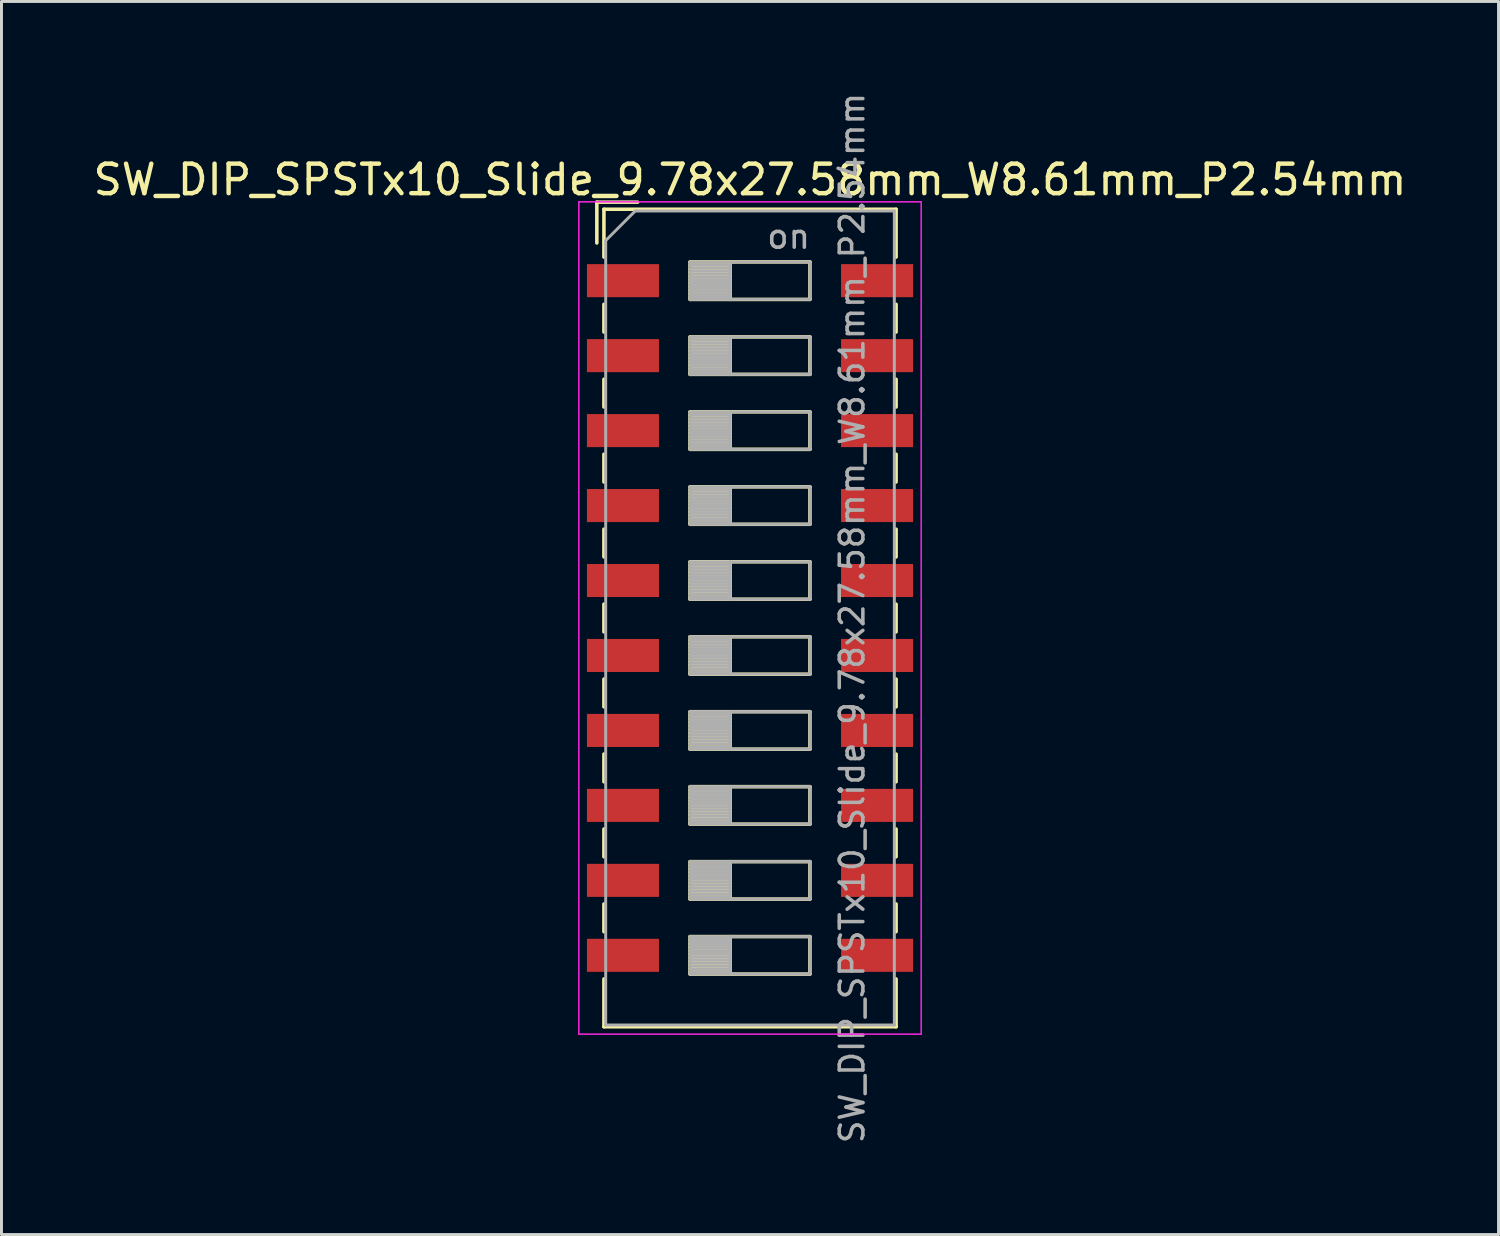
<source format=kicad_pcb>
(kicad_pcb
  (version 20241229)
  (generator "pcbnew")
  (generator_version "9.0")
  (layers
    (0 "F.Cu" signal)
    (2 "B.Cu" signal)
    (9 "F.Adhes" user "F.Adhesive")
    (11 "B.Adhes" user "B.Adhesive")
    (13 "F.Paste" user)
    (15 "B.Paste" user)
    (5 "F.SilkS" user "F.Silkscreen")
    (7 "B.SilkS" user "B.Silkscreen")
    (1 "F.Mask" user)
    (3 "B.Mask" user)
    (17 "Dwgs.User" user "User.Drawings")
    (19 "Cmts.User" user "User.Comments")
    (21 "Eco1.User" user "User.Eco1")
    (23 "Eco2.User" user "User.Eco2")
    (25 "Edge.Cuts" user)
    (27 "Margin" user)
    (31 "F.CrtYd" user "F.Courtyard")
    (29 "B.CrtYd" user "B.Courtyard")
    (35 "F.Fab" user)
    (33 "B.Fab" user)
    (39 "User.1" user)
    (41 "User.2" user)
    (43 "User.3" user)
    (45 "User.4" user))
  (footprint "SW_DIP_SPSTx10_Slide_9.78x27.58mm_W8.61mm_P2.54mm"
    (layer "F.Cu")
    (at 22.363 17.89)
    (property "Reference" "SW_DIP_SPSTx10_Slide_9.78x27.58mm_W8.61mm_P2.54mm" (at 0 -14.85 0) (layer "F.SilkS") (effects (font (size 1 1) (thickness 0.15))))
    (attr smd)
    (fp_line (start -5.19 -14.09) (end -5.19 -12.707) (stroke (width 0.12) (type solid)) (layer "F.SilkS"))
    (fp_line (start -5.19 -14.09) (end -3.806 -14.09) (stroke (width 0.12) (type solid)) (layer "F.SilkS"))
    (fp_line (start -4.95 -13.85) (end -4.95 -12.23) (stroke (width 0.12) (type solid)) (layer "F.SilkS"))
    (fp_line (start -4.95 -13.85) (end 4.95 -13.85) (stroke (width 0.12) (type solid)) (layer "F.SilkS"))
    (fp_line (start -4.95 -10.63) (end -4.95 -9.69) (stroke (width 0.12) (type solid)) (layer "F.SilkS"))
    (fp_line (start -4.95 -8.09) (end -4.95 -7.15) (stroke (width 0.12) (type solid)) (layer "F.SilkS"))
    (fp_line (start -4.95 -5.55) (end -4.95 -4.61) (stroke (width 0.12) (type solid)) (layer "F.SilkS"))
    (fp_line (start -4.95 -3.01) (end -4.95 -2.07) (stroke (width 0.12) (type solid)) (layer "F.SilkS"))
    (fp_line (start -4.95 -0.47) (end -4.95 0.47) (stroke (width 0.12) (type solid)) (layer "F.SilkS"))
    (fp_line (start -4.95 2.07) (end -4.95 3.01) (stroke (width 0.12) (type solid)) (layer "F.SilkS"))
    (fp_line (start -4.95 4.61) (end -4.95 5.55) (stroke (width 0.12) (type solid)) (layer "F.SilkS"))
    (fp_line (start -4.95 7.15) (end -4.95 8.09) (stroke (width 0.12) (type solid)) (layer "F.SilkS"))
    (fp_line (start -4.95 9.69) (end -4.95 10.63) (stroke (width 0.12) (type solid)) (layer "F.SilkS"))
    (fp_line (start -4.95 12.23) (end -4.95 13.85) (stroke (width 0.12) (type solid)) (layer "F.SilkS"))
    (fp_line (start -4.95 13.85) (end 4.95 13.85) (stroke (width 0.12) (type solid)) (layer "F.SilkS"))
    (fp_line (start -2.03 -12.065) (end -2.03 -10.795) (stroke (width 0.12) (type solid)) (layer "F.SilkS"))
    (fp_line (start -2.03 -11.945) (end -0.677 -11.945) (stroke (width 0.12) (type solid)) (layer "F.SilkS"))
    (fp_line (start -2.03 -11.825) (end -0.677 -11.825) (stroke (width 0.12) (type solid)) (layer "F.SilkS"))
    (fp_line (start -2.03 -11.705) (end -0.677 -11.705) (stroke (width 0.12) (type solid)) (layer "F.SilkS"))
    (fp_line (start -2.03 -11.585) (end -0.677 -11.585) (stroke (width 0.12) (type solid)) (layer "F.SilkS"))
    (fp_line (start -2.03 -11.465) (end -0.677 -11.465) (stroke (width 0.12) (type solid)) (layer "F.SilkS"))
    (fp_line (start -2.03 -11.345) (end -0.677 -11.345) (stroke (width 0.12) (type solid)) (layer "F.SilkS"))
    (fp_line (start -2.03 -11.225) (end -0.677 -11.225) (stroke (width 0.12) (type solid)) (layer "F.SilkS"))
    (fp_line (start -2.03 -11.105) (end -0.677 -11.105) (stroke (width 0.12) (type solid)) (layer "F.SilkS"))
    (fp_line (start -2.03 -10.985) (end -0.677 -10.985) (stroke (width 0.12) (type solid)) (layer "F.SilkS"))
    (fp_line (start -2.03 -10.865) (end -0.677 -10.865) (stroke (width 0.12) (type solid)) (layer "F.SilkS"))
    (fp_line (start -2.03 -10.795) (end 2.03 -10.795) (stroke (width 0.12) (type solid)) (layer "F.SilkS"))
    (fp_line (start -2.03 -9.525) (end -2.03 -8.255) (stroke (width 0.12) (type solid)) (layer "F.SilkS"))
    (fp_line (start -2.03 -9.405) (end -0.677 -9.405) (stroke (width 0.12) (type solid)) (layer "F.SilkS"))
    (fp_line (start -2.03 -9.285) (end -0.677 -9.285) (stroke (width 0.12) (type solid)) (layer "F.SilkS"))
    (fp_line (start -2.03 -9.165) (end -0.677 -9.165) (stroke (width 0.12) (type solid)) (layer "F.SilkS"))
    (fp_line (start -2.03 -9.045) (end -0.677 -9.045) (stroke (width 0.12) (type solid)) (layer "F.SilkS"))
    (fp_line (start -2.03 -8.925) (end -0.677 -8.925) (stroke (width 0.12) (type solid)) (layer "F.SilkS"))
    (fp_line (start -2.03 -8.805) (end -0.677 -8.805) (stroke (width 0.12) (type solid)) (layer "F.SilkS"))
    (fp_line (start -2.03 -8.685) (end -0.677 -8.685) (stroke (width 0.12) (type solid)) (layer "F.SilkS"))
    (fp_line (start -2.03 -8.565) (end -0.677 -8.565) (stroke (width 0.12) (type solid)) (layer "F.SilkS"))
    (fp_line (start -2.03 -8.445) (end -0.677 -8.445) (stroke (width 0.12) (type solid)) (layer "F.SilkS"))
    (fp_line (start -2.03 -8.325) (end -0.677 -8.325) (stroke (width 0.12) (type solid)) (layer "F.SilkS"))
    (fp_line (start -2.03 -8.255) (end 2.03 -8.255) (stroke (width 0.12) (type solid)) (layer "F.SilkS"))
    (fp_line (start -2.03 -6.985) (end -2.03 -5.715) (stroke (width 0.12) (type solid)) (layer "F.SilkS"))
    (fp_line (start -2.03 -6.865) (end -0.677 -6.865) (stroke (width 0.12) (type solid)) (layer "F.SilkS"))
    (fp_line (start -2.03 -6.745) (end -0.677 -6.745) (stroke (width 0.12) (type solid)) (layer "F.SilkS"))
    (fp_line (start -2.03 -6.625) (end -0.677 -6.625) (stroke (width 0.12) (type solid)) (layer "F.SilkS"))
    (fp_line (start -2.03 -6.505) (end -0.677 -6.505) (stroke (width 0.12) (type solid)) (layer "F.SilkS"))
    (fp_line (start -2.03 -6.385) (end -0.677 -6.385) (stroke (width 0.12) (type solid)) (layer "F.SilkS"))
    (fp_line (start -2.03 -6.265) (end -0.677 -6.265) (stroke (width 0.12) (type solid)) (layer "F.SilkS"))
    (fp_line (start -2.03 -6.145) (end -0.677 -6.145) (stroke (width 0.12) (type solid)) (layer "F.SilkS"))
    (fp_line (start -2.03 -6.025) (end -0.677 -6.025) (stroke (width 0.12) (type solid)) (layer "F.SilkS"))
    (fp_line (start -2.03 -5.905) (end -0.677 -5.905) (stroke (width 0.12) (type solid)) (layer "F.SilkS"))
    (fp_line (start -2.03 -5.785) (end -0.677 -5.785) (stroke (width 0.12) (type solid)) (layer "F.SilkS"))
    (fp_line (start -2.03 -5.715) (end 2.03 -5.715) (stroke (width 0.12) (type solid)) (layer "F.SilkS"))
    (fp_line (start -2.03 -4.445) (end -2.03 -3.175) (stroke (width 0.12) (type solid)) (layer "F.SilkS"))
    (fp_line (start -2.03 -4.325) (end -0.677 -4.325) (stroke (width 0.12) (type solid)) (layer "F.SilkS"))
    (fp_line (start -2.03 -4.205) (end -0.677 -4.205) (stroke (width 0.12) (type solid)) (layer "F.SilkS"))
    (fp_line (start -2.03 -4.085) (end -0.677 -4.085) (stroke (width 0.12) (type solid)) (layer "F.SilkS"))
    (fp_line (start -2.03 -3.965) (end -0.677 -3.965) (stroke (width 0.12) (type solid)) (layer "F.SilkS"))
    (fp_line (start -2.03 -3.845) (end -0.677 -3.845) (stroke (width 0.12) (type solid)) (layer "F.SilkS"))
    (fp_line (start -2.03 -3.725) (end -0.677 -3.725) (stroke (width 0.12) (type solid)) (layer "F.SilkS"))
    (fp_line (start -2.03 -3.605) (end -0.677 -3.605) (stroke (width 0.12) (type solid)) (layer "F.SilkS"))
    (fp_line (start -2.03 -3.485) (end -0.677 -3.485) (stroke (width 0.12) (type solid)) (layer "F.SilkS"))
    (fp_line (start -2.03 -3.365) (end -0.677 -3.365) (stroke (width 0.12) (type solid)) (layer "F.SilkS"))
    (fp_line (start -2.03 -3.245) (end -0.677 -3.245) (stroke (width 0.12) (type solid)) (layer "F.SilkS"))
    (fp_line (start -2.03 -3.175) (end 2.03 -3.175) (stroke (width 0.12) (type solid)) (layer "F.SilkS"))
    (fp_line (start -2.03 -1.905) (end -2.03 -0.635) (stroke (width 0.12) (type solid)) (layer "F.SilkS"))
    (fp_line (start -2.03 -1.785) (end -0.677 -1.785) (stroke (width 0.12) (type solid)) (layer "F.SilkS"))
    (fp_line (start -2.03 -1.665) (end -0.677 -1.665) (stroke (width 0.12) (type solid)) (layer "F.SilkS"))
    (fp_line (start -2.03 -1.545) (end -0.677 -1.545) (stroke (width 0.12) (type solid)) (layer "F.SilkS"))
    (fp_line (start -2.03 -1.425) (end -0.677 -1.425) (stroke (width 0.12) (type solid)) (layer "F.SilkS"))
    (fp_line (start -2.03 -1.305) (end -0.677 -1.305) (stroke (width 0.12) (type solid)) (layer "F.SilkS"))
    (fp_line (start -2.03 -1.185) (end -0.677 -1.185) (stroke (width 0.12) (type solid)) (layer "F.SilkS"))
    (fp_line (start -2.03 -1.065) (end -0.677 -1.065) (stroke (width 0.12) (type solid)) (layer "F.SilkS"))
    (fp_line (start -2.03 -0.945) (end -0.677 -0.945) (stroke (width 0.12) (type solid)) (layer "F.SilkS"))
    (fp_line (start -2.03 -0.825) (end -0.677 -0.825) (stroke (width 0.12) (type solid)) (layer "F.SilkS"))
    (fp_line (start -2.03 -0.705) (end -0.677 -0.705) (stroke (width 0.12) (type solid)) (layer "F.SilkS"))
    (fp_line (start -2.03 -0.635) (end 2.03 -0.635) (stroke (width 0.12) (type solid)) (layer "F.SilkS"))
    (fp_line (start -2.03 0.635) (end -2.03 1.905) (stroke (width 0.12) (type solid)) (layer "F.SilkS"))
    (fp_line (start -2.03 0.755) (end -0.677 0.755) (stroke (width 0.12) (type solid)) (layer "F.SilkS"))
    (fp_line (start -2.03 0.875) (end -0.677 0.875) (stroke (width 0.12) (type solid)) (layer "F.SilkS"))
    (fp_line (start -2.03 0.995) (end -0.677 0.995) (stroke (width 0.12) (type solid)) (layer "F.SilkS"))
    (fp_line (start -2.03 1.115) (end -0.677 1.115) (stroke (width 0.12) (type solid)) (layer "F.SilkS"))
    (fp_line (start -2.03 1.235) (end -0.677 1.235) (stroke (width 0.12) (type solid)) (layer "F.SilkS"))
    (fp_line (start -2.03 1.355) (end -0.677 1.355) (stroke (width 0.12) (type solid)) (layer "F.SilkS"))
    (fp_line (start -2.03 1.475) (end -0.677 1.475) (stroke (width 0.12) (type solid)) (layer "F.SilkS"))
    (fp_line (start -2.03 1.595) (end -0.677 1.595) (stroke (width 0.12) (type solid)) (layer "F.SilkS"))
    (fp_line (start -2.03 1.715) (end -0.677 1.715) (stroke (width 0.12) (type solid)) (layer "F.SilkS"))
    (fp_line (start -2.03 1.835) (end -0.677 1.835) (stroke (width 0.12) (type solid)) (layer "F.SilkS"))
    (fp_line (start -2.03 1.905) (end 2.03 1.905) (stroke (width 0.12) (type solid)) (layer "F.SilkS"))
    (fp_line (start -2.03 3.175) (end -2.03 4.445) (stroke (width 0.12) (type solid)) (layer "F.SilkS"))
    (fp_line (start -2.03 3.295) (end -0.677 3.295) (stroke (width 0.12) (type solid)) (layer "F.SilkS"))
    (fp_line (start -2.03 3.415) (end -0.677 3.415) (stroke (width 0.12) (type solid)) (layer "F.SilkS"))
    (fp_line (start -2.03 3.535) (end -0.677 3.535) (stroke (width 0.12) (type solid)) (layer "F.SilkS"))
    (fp_line (start -2.03 3.655) (end -0.677 3.655) (stroke (width 0.12) (type solid)) (layer "F.SilkS"))
    (fp_line (start -2.03 3.775) (end -0.677 3.775) (stroke (width 0.12) (type solid)) (layer "F.SilkS"))
    (fp_line (start -2.03 3.895) (end -0.677 3.895) (stroke (width 0.12) (type solid)) (layer "F.SilkS"))
    (fp_line (start -2.03 4.015) (end -0.677 4.015) (stroke (width 0.12) (type solid)) (layer "F.SilkS"))
    (fp_line (start -2.03 4.135) (end -0.677 4.135) (stroke (width 0.12) (type solid)) (layer "F.SilkS"))
    (fp_line (start -2.03 4.255) (end -0.677 4.255) (stroke (width 0.12) (type solid)) (layer "F.SilkS"))
    (fp_line (start -2.03 4.375) (end -0.677 4.375) (stroke (width 0.12) (type solid)) (layer "F.SilkS"))
    (fp_line (start -2.03 4.445) (end 2.03 4.445) (stroke (width 0.12) (type solid)) (layer "F.SilkS"))
    (fp_line (start -2.03 5.715) (end -2.03 6.985) (stroke (width 0.12) (type solid)) (layer "F.SilkS"))
    (fp_line (start -2.03 5.835) (end -0.677 5.835) (stroke (width 0.12) (type solid)) (layer "F.SilkS"))
    (fp_line (start -2.03 5.955) (end -0.677 5.955) (stroke (width 0.12) (type solid)) (layer "F.SilkS"))
    (fp_line (start -2.03 6.075) (end -0.677 6.075) (stroke (width 0.12) (type solid)) (layer "F.SilkS"))
    (fp_line (start -2.03 6.195) (end -0.677 6.195) (stroke (width 0.12) (type solid)) (layer "F.SilkS"))
    (fp_line (start -2.03 6.315) (end -0.677 6.315) (stroke (width 0.12) (type solid)) (layer "F.SilkS"))
    (fp_line (start -2.03 6.435) (end -0.677 6.435) (stroke (width 0.12) (type solid)) (layer "F.SilkS"))
    (fp_line (start -2.03 6.555) (end -0.677 6.555) (stroke (width 0.12) (type solid)) (layer "F.SilkS"))
    (fp_line (start -2.03 6.675) (end -0.677 6.675) (stroke (width 0.12) (type solid)) (layer "F.SilkS"))
    (fp_line (start -2.03 6.795) (end -0.677 6.795) (stroke (width 0.12) (type solid)) (layer "F.SilkS"))
    (fp_line (start -2.03 6.915) (end -0.677 6.915) (stroke (width 0.12) (type solid)) (layer "F.SilkS"))
    (fp_line (start -2.03 6.985) (end 2.03 6.985) (stroke (width 0.12) (type solid)) (layer "F.SilkS"))
    (fp_line (start -2.03 8.255) (end -2.03 9.525) (stroke (width 0.12) (type solid)) (layer "F.SilkS"))
    (fp_line (start -2.03 8.375) (end -0.677 8.375) (stroke (width 0.12) (type solid)) (layer "F.SilkS"))
    (fp_line (start -2.03 8.495) (end -0.677 8.495) (stroke (width 0.12) (type solid)) (layer "F.SilkS"))
    (fp_line (start -2.03 8.615) (end -0.677 8.615) (stroke (width 0.12) (type solid)) (layer "F.SilkS"))
    (fp_line (start -2.03 8.735) (end -0.677 8.735) (stroke (width 0.12) (type solid)) (layer "F.SilkS"))
    (fp_line (start -2.03 8.855) (end -0.677 8.855) (stroke (width 0.12) (type solid)) (layer "F.SilkS"))
    (fp_line (start -2.03 8.975) (end -0.677 8.975) (stroke (width 0.12) (type solid)) (layer "F.SilkS"))
    (fp_line (start -2.03 9.095) (end -0.677 9.095) (stroke (width 0.12) (type solid)) (layer "F.SilkS"))
    (fp_line (start -2.03 9.215) (end -0.677 9.215) (stroke (width 0.12) (type solid)) (layer "F.SilkS"))
    (fp_line (start -2.03 9.335) (end -0.677 9.335) (stroke (width 0.12) (type solid)) (layer "F.SilkS"))
    (fp_line (start -2.03 9.455) (end -0.677 9.455) (stroke (width 0.12) (type solid)) (layer "F.SilkS"))
    (fp_line (start -2.03 9.525) (end 2.03 9.525) (stroke (width 0.12) (type solid)) (layer "F.SilkS"))
    (fp_line (start -2.03 10.795) (end -2.03 12.065) (stroke (width 0.12) (type solid)) (layer "F.SilkS"))
    (fp_line (start -2.03 10.915) (end -0.677 10.915) (stroke (width 0.12) (type solid)) (layer "F.SilkS"))
    (fp_line (start -2.03 11.035) (end -0.677 11.035) (stroke (width 0.12) (type solid)) (layer "F.SilkS"))
    (fp_line (start -2.03 11.155) (end -0.677 11.155) (stroke (width 0.12) (type solid)) (layer "F.SilkS"))
    (fp_line (start -2.03 11.275) (end -0.677 11.275) (stroke (width 0.12) (type solid)) (layer "F.SilkS"))
    (fp_line (start -2.03 11.395) (end -0.677 11.395) (stroke (width 0.12) (type solid)) (layer "F.SilkS"))
    (fp_line (start -2.03 11.515) (end -0.677 11.515) (stroke (width 0.12) (type solid)) (layer "F.SilkS"))
    (fp_line (start -2.03 11.635) (end -0.677 11.635) (stroke (width 0.12) (type solid)) (layer "F.SilkS"))
    (fp_line (start -2.03 11.755) (end -0.677 11.755) (stroke (width 0.12) (type solid)) (layer "F.SilkS"))
    (fp_line (start -2.03 11.875) (end -0.677 11.875) (stroke (width 0.12) (type solid)) (layer "F.SilkS"))
    (fp_line (start -2.03 11.995) (end -0.677 11.995) (stroke (width 0.12) (type solid)) (layer "F.SilkS"))
    (fp_line (start -2.03 12.065) (end 2.03 12.065) (stroke (width 0.12) (type solid)) (layer "F.SilkS"))
    (fp_line (start -0.677 -12.065) (end -0.677 -10.795) (stroke (width 0.12) (type solid)) (layer "F.SilkS"))
    (fp_line (start -0.677 -9.525) (end -0.677 -8.255) (stroke (width 0.12) (type solid)) (layer "F.SilkS"))
    (fp_line (start -0.677 -6.985) (end -0.677 -5.715) (stroke (width 0.12) (type solid)) (layer "F.SilkS"))
    (fp_line (start -0.677 -4.445) (end -0.677 -3.175) (stroke (width 0.12) (type solid)) (layer "F.SilkS"))
    (fp_line (start -0.677 -1.905) (end -0.677 -0.635) (stroke (width 0.12) (type solid)) (layer "F.SilkS"))
    (fp_line (start -0.677 0.635) (end -0.677 1.905) (stroke (width 0.12) (type solid)) (layer "F.SilkS"))
    (fp_line (start -0.677 3.175) (end -0.677 4.445) (stroke (width 0.12) (type solid)) (layer "F.SilkS"))
    (fp_line (start -0.677 5.715) (end -0.677 6.985) (stroke (width 0.12) (type solid)) (layer "F.SilkS"))
    (fp_line (start -0.677 8.255) (end -0.677 9.525) (stroke (width 0.12) (type solid)) (layer "F.SilkS"))
    (fp_line (start -0.677 10.795) (end -0.677 12.065) (stroke (width 0.12) (type solid)) (layer "F.SilkS"))
    (fp_line (start 2.03 -12.065) (end -2.03 -12.065) (stroke (width 0.12) (type solid)) (layer "F.SilkS"))
    (fp_line (start 2.03 -10.795) (end 2.03 -12.065) (stroke (width 0.12) (type solid)) (layer "F.SilkS"))
    (fp_line (start 2.03 -9.525) (end -2.03 -9.525) (stroke (width 0.12) (type solid)) (layer "F.SilkS"))
    (fp_line (start 2.03 -8.255) (end 2.03 -9.525) (stroke (width 0.12) (type solid)) (layer "F.SilkS"))
    (fp_line (start 2.03 -6.985) (end -2.03 -6.985) (stroke (width 0.12) (type solid)) (layer "F.SilkS"))
    (fp_line (start 2.03 -5.715) (end 2.03 -6.985) (stroke (width 0.12) (type solid)) (layer "F.SilkS"))
    (fp_line (start 2.03 -4.445) (end -2.03 -4.445) (stroke (width 0.12) (type solid)) (layer "F.SilkS"))
    (fp_line (start 2.03 -3.175) (end 2.03 -4.445) (stroke (width 0.12) (type solid)) (layer "F.SilkS"))
    (fp_line (start 2.03 -1.905) (end -2.03 -1.905) (stroke (width 0.12) (type solid)) (layer "F.SilkS"))
    (fp_line (start 2.03 -0.635) (end 2.03 -1.905) (stroke (width 0.12) (type solid)) (layer "F.SilkS"))
    (fp_line (start 2.03 0.635) (end -2.03 0.635) (stroke (width 0.12) (type solid)) (layer "F.SilkS"))
    (fp_line (start 2.03 1.905) (end 2.03 0.635) (stroke (width 0.12) (type solid)) (layer "F.SilkS"))
    (fp_line (start 2.03 3.175) (end -2.03 3.175) (stroke (width 0.12) (type solid)) (layer "F.SilkS"))
    (fp_line (start 2.03 4.445) (end 2.03 3.175) (stroke (width 0.12) (type solid)) (layer "F.SilkS"))
    (fp_line (start 2.03 5.715) (end -2.03 5.715) (stroke (width 0.12) (type solid)) (layer "F.SilkS"))
    (fp_line (start 2.03 6.985) (end 2.03 5.715) (stroke (width 0.12) (type solid)) (layer "F.SilkS"))
    (fp_line (start 2.03 8.255) (end -2.03 8.255) (stroke (width 0.12) (type solid)) (layer "F.SilkS"))
    (fp_line (start 2.03 9.525) (end 2.03 8.255) (stroke (width 0.12) (type solid)) (layer "F.SilkS"))
    (fp_line (start 2.03 10.795) (end -2.03 10.795) (stroke (width 0.12) (type solid)) (layer "F.SilkS"))
    (fp_line (start 2.03 12.065) (end 2.03 10.795) (stroke (width 0.12) (type solid)) (layer "F.SilkS"))
    (fp_line (start 4.95 -13.85) (end 4.95 -12.23) (stroke (width 0.12) (type solid)) (layer "F.SilkS"))
    (fp_line (start 4.95 -10.629) (end 4.95 -9.689) (stroke (width 0.12) (type solid)) (layer "F.SilkS"))
    (fp_line (start 4.95 -8.089) (end 4.95 -7.149) (stroke (width 0.12) (type solid)) (layer "F.SilkS"))
    (fp_line (start 4.95 -5.549) (end 4.95 -4.609) (stroke (width 0.12) (type solid)) (layer "F.SilkS"))
    (fp_line (start 4.95 -3.009) (end 4.95 -2.069) (stroke (width 0.12) (type solid)) (layer "F.SilkS"))
    (fp_line (start 4.95 -0.469) (end 4.95 0.471) (stroke (width 0.12) (type solid)) (layer "F.SilkS"))
    (fp_line (start 4.95 2.071) (end 4.95 3.011) (stroke (width 0.12) (type solid)) (layer "F.SilkS"))
    (fp_line (start 4.95 4.611) (end 4.95 5.55) (stroke (width 0.12) (type solid)) (layer "F.SilkS"))
    (fp_line (start 4.95 7.15) (end 4.95 8.09) (stroke (width 0.12) (type solid)) (layer "F.SilkS"))
    (fp_line (start 4.95 9.69) (end 4.95 10.63) (stroke (width 0.12) (type solid)) (layer "F.SilkS"))
    (fp_line (start 4.95 12.23) (end 4.95 13.85) (stroke (width 0.12) (type solid)) (layer "F.SilkS"))
    (fp_line (start -5.8 -14.1) (end -5.8 14.1) (stroke (width 0.05) (type solid)) (layer "F.CrtYd"))
    (fp_line (start -5.8 14.1) (end 5.8 14.1) (stroke (width 0.05) (type solid)) (layer "F.CrtYd"))
    (fp_line (start 5.8 -14.1) (end -5.8 -14.1) (stroke (width 0.05) (type solid)) (layer "F.CrtYd"))
    (fp_line (start 5.8 14.1) (end 5.8 -14.1) (stroke (width 0.05) (type solid)) (layer "F.CrtYd"))
    (fp_line (start -4.89 -12.79) (end -3.89 -13.79) (stroke (width 0.1) (type solid)) (layer "F.Fab"))
    (fp_line (start -4.89 13.79) (end -4.89 -12.79) (stroke (width 0.1) (type solid)) (layer "F.Fab"))
    (fp_line (start -3.89 -13.79) (end 4.89 -13.79) (stroke (width 0.1) (type solid)) (layer "F.Fab"))
    (fp_line (start -2.03 -12.065) (end -2.03 -10.795) (stroke (width 0.1) (type solid)) (layer "F.Fab"))
    (fp_line (start -2.03 -11.965) (end -0.677 -11.965) (stroke (width 0.1) (type solid)) (layer "F.Fab"))
    (fp_line (start -2.03 -11.865) (end -0.677 -11.865) (stroke (width 0.1) (type solid)) (layer "F.Fab"))
    (fp_line (start -2.03 -11.765) (end -0.677 -11.765) (stroke (width 0.1) (type solid)) (layer "F.Fab"))
    (fp_line (start -2.03 -11.665) (end -0.677 -11.665) (stroke (width 0.1) (type solid)) (layer "F.Fab"))
    (fp_line (start -2.03 -11.565) (end -0.677 -11.565) (stroke (width 0.1) (type solid)) (layer "F.Fab"))
    (fp_line (start -2.03 -11.465) (end -0.677 -11.465) (stroke (width 0.1) (type solid)) (layer "F.Fab"))
    (fp_line (start -2.03 -11.365) (end -0.677 -11.365) (stroke (width 0.1) (type solid)) (layer "F.Fab"))
    (fp_line (start -2.03 -11.265) (end -0.677 -11.265) (stroke (width 0.1) (type solid)) (layer "F.Fab"))
    (fp_line (start -2.03 -11.165) (end -0.677 -11.165) (stroke (width 0.1) (type solid)) (layer "F.Fab"))
    (fp_line (start -2.03 -11.065) (end -0.677 -11.065) (stroke (width 0.1) (type solid)) (layer "F.Fab"))
    (fp_line (start -2.03 -10.965) (end -0.677 -10.965) (stroke (width 0.1) (type solid)) (layer "F.Fab"))
    (fp_line (start -2.03 -10.865) (end -0.677 -10.865) (stroke (width 0.1) (type solid)) (layer "F.Fab"))
    (fp_line (start -2.03 -10.795) (end 2.03 -10.795) (stroke (width 0.1) (type solid)) (layer "F.Fab"))
    (fp_line (start -2.03 -9.525) (end -2.03 -8.255) (stroke (width 0.1) (type solid)) (layer "F.Fab"))
    (fp_line (start -2.03 -9.425) (end -0.677 -9.425) (stroke (width 0.1) (type solid)) (layer "F.Fab"))
    (fp_line (start -2.03 -9.325) (end -0.677 -9.325) (stroke (width 0.1) (type solid)) (layer "F.Fab"))
    (fp_line (start -2.03 -9.225) (end -0.677 -9.225) (stroke (width 0.1) (type solid)) (layer "F.Fab"))
    (fp_line (start -2.03 -9.125) (end -0.677 -9.125) (stroke (width 0.1) (type solid)) (layer "F.Fab"))
    (fp_line (start -2.03 -9.025) (end -0.677 -9.025) (stroke (width 0.1) (type solid)) (layer "F.Fab"))
    (fp_line (start -2.03 -8.925) (end -0.677 -8.925) (stroke (width 0.1) (type solid)) (layer "F.Fab"))
    (fp_line (start -2.03 -8.825) (end -0.677 -8.825) (stroke (width 0.1) (type solid)) (layer "F.Fab"))
    (fp_line (start -2.03 -8.725) (end -0.677 -8.725) (stroke (width 0.1) (type solid)) (layer "F.Fab"))
    (fp_line (start -2.03 -8.625) (end -0.677 -8.625) (stroke (width 0.1) (type solid)) (layer "F.Fab"))
    (fp_line (start -2.03 -8.525) (end -0.677 -8.525) (stroke (width 0.1) (type solid)) (layer "F.Fab"))
    (fp_line (start -2.03 -8.425) (end -0.677 -8.425) (stroke (width 0.1) (type solid)) (layer "F.Fab"))
    (fp_line (start -2.03 -8.325) (end -0.677 -8.325) (stroke (width 0.1) (type solid)) (layer "F.Fab"))
    (fp_line (start -2.03 -8.255) (end 2.03 -8.255) (stroke (width 0.1) (type solid)) (layer "F.Fab"))
    (fp_line (start -2.03 -6.985) (end -2.03 -5.715) (stroke (width 0.1) (type solid)) (layer "F.Fab"))
    (fp_line (start -2.03 -6.885) (end -0.677 -6.885) (stroke (width 0.1) (type solid)) (layer "F.Fab"))
    (fp_line (start -2.03 -6.785) (end -0.677 -6.785) (stroke (width 0.1) (type solid)) (layer "F.Fab"))
    (fp_line (start -2.03 -6.685) (end -0.677 -6.685) (stroke (width 0.1) (type solid)) (layer "F.Fab"))
    (fp_line (start -2.03 -6.585) (end -0.677 -6.585) (stroke (width 0.1) (type solid)) (layer "F.Fab"))
    (fp_line (start -2.03 -6.485) (end -0.677 -6.485) (stroke (width 0.1) (type solid)) (layer "F.Fab"))
    (fp_line (start -2.03 -6.385) (end -0.677 -6.385) (stroke (width 0.1) (type solid)) (layer "F.Fab"))
    (fp_line (start -2.03 -6.285) (end -0.677 -6.285) (stroke (width 0.1) (type solid)) (layer "F.Fab"))
    (fp_line (start -2.03 -6.185) (end -0.677 -6.185) (stroke (width 0.1) (type solid)) (layer "F.Fab"))
    (fp_line (start -2.03 -6.085) (end -0.677 -6.085) (stroke (width 0.1) (type solid)) (layer "F.Fab"))
    (fp_line (start -2.03 -5.985) (end -0.677 -5.985) (stroke (width 0.1) (type solid)) (layer "F.Fab"))
    (fp_line (start -2.03 -5.885) (end -0.677 -5.885) (stroke (width 0.1) (type solid)) (layer "F.Fab"))
    (fp_line (start -2.03 -5.785) (end -0.677 -5.785) (stroke (width 0.1) (type solid)) (layer "F.Fab"))
    (fp_line (start -2.03 -5.715) (end 2.03 -5.715) (stroke (width 0.1) (type solid)) (layer "F.Fab"))
    (fp_line (start -2.03 -4.445) (end -2.03 -3.175) (stroke (width 0.1) (type solid)) (layer "F.Fab"))
    (fp_line (start -2.03 -4.345) (end -0.677 -4.345) (stroke (width 0.1) (type solid)) (layer "F.Fab"))
    (fp_line (start -2.03 -4.245) (end -0.677 -4.245) (stroke (width 0.1) (type solid)) (layer "F.Fab"))
    (fp_line (start -2.03 -4.145) (end -0.677 -4.145) (stroke (width 0.1) (type solid)) (layer "F.Fab"))
    (fp_line (start -2.03 -4.045) (end -0.677 -4.045) (stroke (width 0.1) (type solid)) (layer "F.Fab"))
    (fp_line (start -2.03 -3.945) (end -0.677 -3.945) (stroke (width 0.1) (type solid)) (layer "F.Fab"))
    (fp_line (start -2.03 -3.845) (end -0.677 -3.845) (stroke (width 0.1) (type solid)) (layer "F.Fab"))
    (fp_line (start -2.03 -3.745) (end -0.677 -3.745) (stroke (width 0.1) (type solid)) (layer "F.Fab"))
    (fp_line (start -2.03 -3.645) (end -0.677 -3.645) (stroke (width 0.1) (type solid)) (layer "F.Fab"))
    (fp_line (start -2.03 -3.545) (end -0.677 -3.545) (stroke (width 0.1) (type solid)) (layer "F.Fab"))
    (fp_line (start -2.03 -3.445) (end -0.677 -3.445) (stroke (width 0.1) (type solid)) (layer "F.Fab"))
    (fp_line (start -2.03 -3.345) (end -0.677 -3.345) (stroke (width 0.1) (type solid)) (layer "F.Fab"))
    (fp_line (start -2.03 -3.245) (end -0.677 -3.245) (stroke (width 0.1) (type solid)) (layer "F.Fab"))
    (fp_line (start -2.03 -3.175) (end 2.03 -3.175) (stroke (width 0.1) (type solid)) (layer "F.Fab"))
    (fp_line (start -2.03 -1.905) (end -2.03 -0.635) (stroke (width 0.1) (type solid)) (layer "F.Fab"))
    (fp_line (start -2.03 -1.805) (end -0.677 -1.805) (stroke (width 0.1) (type solid)) (layer "F.Fab"))
    (fp_line (start -2.03 -1.705) (end -0.677 -1.705) (stroke (width 0.1) (type solid)) (layer "F.Fab"))
    (fp_line (start -2.03 -1.605) (end -0.677 -1.605) (stroke (width 0.1) (type solid)) (layer "F.Fab"))
    (fp_line (start -2.03 -1.505) (end -0.677 -1.505) (stroke (width 0.1) (type solid)) (layer "F.Fab"))
    (fp_line (start -2.03 -1.405) (end -0.677 -1.405) (stroke (width 0.1) (type solid)) (layer "F.Fab"))
    (fp_line (start -2.03 -1.305) (end -0.677 -1.305) (stroke (width 0.1) (type solid)) (layer "F.Fab"))
    (fp_line (start -2.03 -1.205) (end -0.677 -1.205) (stroke (width 0.1) (type solid)) (layer "F.Fab"))
    (fp_line (start -2.03 -1.105) (end -0.677 -1.105) (stroke (width 0.1) (type solid)) (layer "F.Fab"))
    (fp_line (start -2.03 -1.005) (end -0.677 -1.005) (stroke (width 0.1) (type solid)) (layer "F.Fab"))
    (fp_line (start -2.03 -0.905) (end -0.677 -0.905) (stroke (width 0.1) (type solid)) (layer "F.Fab"))
    (fp_line (start -2.03 -0.805) (end -0.677 -0.805) (stroke (width 0.1) (type solid)) (layer "F.Fab"))
    (fp_line (start -2.03 -0.705) (end -0.677 -0.705) (stroke (width 0.1) (type solid)) (layer "F.Fab"))
    (fp_line (start -2.03 -0.635) (end 2.03 -0.635) (stroke (width 0.1) (type solid)) (layer "F.Fab"))
    (fp_line (start -2.03 0.635) (end -2.03 1.905) (stroke (width 0.1) (type solid)) (layer "F.Fab"))
    (fp_line (start -2.03 0.735) (end -0.677 0.735) (stroke (width 0.1) (type solid)) (layer "F.Fab"))
    (fp_line (start -2.03 0.835) (end -0.677 0.835) (stroke (width 0.1) (type solid)) (layer "F.Fab"))
    (fp_line (start -2.03 0.935) (end -0.677 0.935) (stroke (width 0.1) (type solid)) (layer "F.Fab"))
    (fp_line (start -2.03 1.035) (end -0.677 1.035) (stroke (width 0.1) (type solid)) (layer "F.Fab"))
    (fp_line (start -2.03 1.135) (end -0.677 1.135) (stroke (width 0.1) (type solid)) (layer "F.Fab"))
    (fp_line (start -2.03 1.235) (end -0.677 1.235) (stroke (width 0.1) (type solid)) (layer "F.Fab"))
    (fp_line (start -2.03 1.335) (end -0.677 1.335) (stroke (width 0.1) (type solid)) (layer "F.Fab"))
    (fp_line (start -2.03 1.435) (end -0.677 1.435) (stroke (width 0.1) (type solid)) (layer "F.Fab"))
    (fp_line (start -2.03 1.535) (end -0.677 1.535) (stroke (width 0.1) (type solid)) (layer "F.Fab"))
    (fp_line (start -2.03 1.635) (end -0.677 1.635) (stroke (width 0.1) (type solid)) (layer "F.Fab"))
    (fp_line (start -2.03 1.735) (end -0.677 1.735) (stroke (width 0.1) (type solid)) (layer "F.Fab"))
    (fp_line (start -2.03 1.835) (end -0.677 1.835) (stroke (width 0.1) (type solid)) (layer "F.Fab"))
    (fp_line (start -2.03 1.905) (end 2.03 1.905) (stroke (width 0.1) (type solid)) (layer "F.Fab"))
    (fp_line (start -2.03 3.175) (end -2.03 4.445) (stroke (width 0.1) (type solid)) (layer "F.Fab"))
    (fp_line (start -2.03 3.275) (end -0.677 3.275) (stroke (width 0.1) (type solid)) (layer "F.Fab"))
    (fp_line (start -2.03 3.375) (end -0.677 3.375) (stroke (width 0.1) (type solid)) (layer "F.Fab"))
    (fp_line (start -2.03 3.475) (end -0.677 3.475) (stroke (width 0.1) (type solid)) (layer "F.Fab"))
    (fp_line (start -2.03 3.575) (end -0.677 3.575) (stroke (width 0.1) (type solid)) (layer "F.Fab"))
    (fp_line (start -2.03 3.675) (end -0.677 3.675) (stroke (width 0.1) (type solid)) (layer "F.Fab"))
    (fp_line (start -2.03 3.775) (end -0.677 3.775) (stroke (width 0.1) (type solid)) (layer "F.Fab"))
    (fp_line (start -2.03 3.875) (end -0.677 3.875) (stroke (width 0.1) (type solid)) (layer "F.Fab"))
    (fp_line (start -2.03 3.975) (end -0.677 3.975) (stroke (width 0.1) (type solid)) (layer "F.Fab"))
    (fp_line (start -2.03 4.075) (end -0.677 4.075) (stroke (width 0.1) (type solid)) (layer "F.Fab"))
    (fp_line (start -2.03 4.175) (end -0.677 4.175) (stroke (width 0.1) (type solid)) (layer "F.Fab"))
    (fp_line (start -2.03 4.275) (end -0.677 4.275) (stroke (width 0.1) (type solid)) (layer "F.Fab"))
    (fp_line (start -2.03 4.375) (end -0.677 4.375) (stroke (width 0.1) (type solid)) (layer "F.Fab"))
    (fp_line (start -2.03 4.445) (end 2.03 4.445) (stroke (width 0.1) (type solid)) (layer "F.Fab"))
    (fp_line (start -2.03 5.715) (end -2.03 6.985) (stroke (width 0.1) (type solid)) (layer "F.Fab"))
    (fp_line (start -2.03 5.815) (end -0.677 5.815) (stroke (width 0.1) (type solid)) (layer "F.Fab"))
    (fp_line (start -2.03 5.915) (end -0.677 5.915) (stroke (width 0.1) (type solid)) (layer "F.Fab"))
    (fp_line (start -2.03 6.015) (end -0.677 6.015) (stroke (width 0.1) (type solid)) (layer "F.Fab"))
    (fp_line (start -2.03 6.115) (end -0.677 6.115) (stroke (width 0.1) (type solid)) (layer "F.Fab"))
    (fp_line (start -2.03 6.215) (end -0.677 6.215) (stroke (width 0.1) (type solid)) (layer "F.Fab"))
    (fp_line (start -2.03 6.315) (end -0.677 6.315) (stroke (width 0.1) (type solid)) (layer "F.Fab"))
    (fp_line (start -2.03 6.415) (end -0.677 6.415) (stroke (width 0.1) (type solid)) (layer "F.Fab"))
    (fp_line (start -2.03 6.515) (end -0.677 6.515) (stroke (width 0.1) (type solid)) (layer "F.Fab"))
    (fp_line (start -2.03 6.615) (end -0.677 6.615) (stroke (width 0.1) (type solid)) (layer "F.Fab"))
    (fp_line (start -2.03 6.715) (end -0.677 6.715) (stroke (width 0.1) (type solid)) (layer "F.Fab"))
    (fp_line (start -2.03 6.815) (end -0.677 6.815) (stroke (width 0.1) (type solid)) (layer "F.Fab"))
    (fp_line (start -2.03 6.915) (end -0.677 6.915) (stroke (width 0.1) (type solid)) (layer "F.Fab"))
    (fp_line (start -2.03 6.985) (end 2.03 6.985) (stroke (width 0.1) (type solid)) (layer "F.Fab"))
    (fp_line (start -2.03 8.255) (end -2.03 9.525) (stroke (width 0.1) (type solid)) (layer "F.Fab"))
    (fp_line (start -2.03 8.355) (end -0.677 8.355) (stroke (width 0.1) (type solid)) (layer "F.Fab"))
    (fp_line (start -2.03 8.455) (end -0.677 8.455) (stroke (width 0.1) (type solid)) (layer "F.Fab"))
    (fp_line (start -2.03 8.555) (end -0.677 8.555) (stroke (width 0.1) (type solid)) (layer "F.Fab"))
    (fp_line (start -2.03 8.655) (end -0.677 8.655) (stroke (width 0.1) (type solid)) (layer "F.Fab"))
    (fp_line (start -2.03 8.755) (end -0.677 8.755) (stroke (width 0.1) (type solid)) (layer "F.Fab"))
    (fp_line (start -2.03 8.855) (end -0.677 8.855) (stroke (width 0.1) (type solid)) (layer "F.Fab"))
    (fp_line (start -2.03 8.955) (end -0.677 8.955) (stroke (width 0.1) (type solid)) (layer "F.Fab"))
    (fp_line (start -2.03 9.055) (end -0.677 9.055) (stroke (width 0.1) (type solid)) (layer "F.Fab"))
    (fp_line (start -2.03 9.155) (end -0.677 9.155) (stroke (width 0.1) (type solid)) (layer "F.Fab"))
    (fp_line (start -2.03 9.255) (end -0.677 9.255) (stroke (width 0.1) (type solid)) (layer "F.Fab"))
    (fp_line (start -2.03 9.355) (end -0.677 9.355) (stroke (width 0.1) (type solid)) (layer "F.Fab"))
    (fp_line (start -2.03 9.455) (end -0.677 9.455) (stroke (width 0.1) (type solid)) (layer "F.Fab"))
    (fp_line (start -2.03 9.525) (end 2.03 9.525) (stroke (width 0.1) (type solid)) (layer "F.Fab"))
    (fp_line (start -2.03 10.795) (end -2.03 12.065) (stroke (width 0.1) (type solid)) (layer "F.Fab"))
    (fp_line (start -2.03 10.895) (end -0.677 10.895) (stroke (width 0.1) (type solid)) (layer "F.Fab"))
    (fp_line (start -2.03 10.995) (end -0.677 10.995) (stroke (width 0.1) (type solid)) (layer "F.Fab"))
    (fp_line (start -2.03 11.095) (end -0.677 11.095) (stroke (width 0.1) (type solid)) (layer "F.Fab"))
    (fp_line (start -2.03 11.195) (end -0.677 11.195) (stroke (width 0.1) (type solid)) (layer "F.Fab"))
    (fp_line (start -2.03 11.295) (end -0.677 11.295) (stroke (width 0.1) (type solid)) (layer "F.Fab"))
    (fp_line (start -2.03 11.395) (end -0.677 11.395) (stroke (width 0.1) (type solid)) (layer "F.Fab"))
    (fp_line (start -2.03 11.495) (end -0.677 11.495) (stroke (width 0.1) (type solid)) (layer "F.Fab"))
    (fp_line (start -2.03 11.595) (end -0.677 11.595) (stroke (width 0.1) (type solid)) (layer "F.Fab"))
    (fp_line (start -2.03 11.695) (end -0.677 11.695) (stroke (width 0.1) (type solid)) (layer "F.Fab"))
    (fp_line (start -2.03 11.795) (end -0.677 11.795) (stroke (width 0.1) (type solid)) (layer "F.Fab"))
    (fp_line (start -2.03 11.895) (end -0.677 11.895) (stroke (width 0.1) (type solid)) (layer "F.Fab"))
    (fp_line (start -2.03 11.995) (end -0.677 11.995) (stroke (width 0.1) (type solid)) (layer "F.Fab"))
    (fp_line (start -2.03 12.065) (end 2.03 12.065) (stroke (width 0.1) (type solid)) (layer "F.Fab"))
    (fp_line (start -0.677 -12.065) (end -0.677 -10.795) (stroke (width 0.1) (type solid)) (layer "F.Fab"))
    (fp_line (start -0.677 -9.525) (end -0.677 -8.255) (stroke (width 0.1) (type solid)) (layer "F.Fab"))
    (fp_line (start -0.677 -6.985) (end -0.677 -5.715) (stroke (width 0.1) (type solid)) (layer "F.Fab"))
    (fp_line (start -0.677 -4.445) (end -0.677 -3.175) (stroke (width 0.1) (type solid)) (layer "F.Fab"))
    (fp_line (start -0.677 -1.905) (end -0.677 -0.635) (stroke (width 0.1) (type solid)) (layer "F.Fab"))
    (fp_line (start -0.677 0.635) (end -0.677 1.905) (stroke (width 0.1) (type solid)) (layer "F.Fab"))
    (fp_line (start -0.677 3.175) (end -0.677 4.445) (stroke (width 0.1) (type solid)) (layer "F.Fab"))
    (fp_line (start -0.677 5.715) (end -0.677 6.985) (stroke (width 0.1) (type solid)) (layer "F.Fab"))
    (fp_line (start -0.677 8.255) (end -0.677 9.525) (stroke (width 0.1) (type solid)) (layer "F.Fab"))
    (fp_line (start -0.677 10.795) (end -0.677 12.065) (stroke (width 0.1) (type solid)) (layer "F.Fab"))
    (fp_line (start 2.03 -12.065) (end -2.03 -12.065) (stroke (width 0.1) (type solid)) (layer "F.Fab"))
    (fp_line (start 2.03 -10.795) (end 2.03 -12.065) (stroke (width 0.1) (type solid)) (layer "F.Fab"))
    (fp_line (start 2.03 -9.525) (end -2.03 -9.525) (stroke (width 0.1) (type solid)) (layer "F.Fab"))
    (fp_line (start 2.03 -8.255) (end 2.03 -9.525) (stroke (width 0.1) (type solid)) (layer "F.Fab"))
    (fp_line (start 2.03 -6.985) (end -2.03 -6.985) (stroke (width 0.1) (type solid)) (layer "F.Fab"))
    (fp_line (start 2.03 -5.715) (end 2.03 -6.985) (stroke (width 0.1) (type solid)) (layer "F.Fab"))
    (fp_line (start 2.03 -4.445) (end -2.03 -4.445) (stroke (width 0.1) (type solid)) (layer "F.Fab"))
    (fp_line (start 2.03 -3.175) (end 2.03 -4.445) (stroke (width 0.1) (type solid)) (layer "F.Fab"))
    (fp_line (start 2.03 -1.905) (end -2.03 -1.905) (stroke (width 0.1) (type solid)) (layer "F.Fab"))
    (fp_line (start 2.03 -0.635) (end 2.03 -1.905) (stroke (width 0.1) (type solid)) (layer "F.Fab"))
    (fp_line (start 2.03 0.635) (end -2.03 0.635) (stroke (width 0.1) (type solid)) (layer "F.Fab"))
    (fp_line (start 2.03 1.905) (end 2.03 0.635) (stroke (width 0.1) (type solid)) (layer "F.Fab"))
    (fp_line (start 2.03 3.175) (end -2.03 3.175) (stroke (width 0.1) (type solid)) (layer "F.Fab"))
    (fp_line (start 2.03 4.445) (end 2.03 3.175) (stroke (width 0.1) (type solid)) (layer "F.Fab"))
    (fp_line (start 2.03 5.715) (end -2.03 5.715) (stroke (width 0.1) (type solid)) (layer "F.Fab"))
    (fp_line (start 2.03 6.985) (end 2.03 5.715) (stroke (width 0.1) (type solid)) (layer "F.Fab"))
    (fp_line (start 2.03 8.255) (end -2.03 8.255) (stroke (width 0.1) (type solid)) (layer "F.Fab"))
    (fp_line (start 2.03 9.525) (end 2.03 8.255) (stroke (width 0.1) (type solid)) (layer "F.Fab"))
    (fp_line (start 2.03 10.795) (end -2.03 10.795) (stroke (width 0.1) (type solid)) (layer "F.Fab"))
    (fp_line (start 2.03 12.065) (end 2.03 10.795) (stroke (width 0.1) (type solid)) (layer "F.Fab"))
    (fp_line (start 4.89 -13.79) (end 4.89 13.79) (stroke (width 0.1) (type solid)) (layer "F.Fab"))
    (fp_line (start 4.89 13.79) (end -4.89 13.79) (stroke (width 0.1) (type solid)) (layer "F.Fab"))
    (fp_text user "${REFERENCE}" (at 3.46 0 90) (layer "F.Fab") (effects (font (size 0.8 0.8) (thickness 0.12))))
    (fp_text user "on" (at 1.308 -12.928 0) (layer "F.Fab") (effects (font (size 0.8 0.8) (thickness 0.12))))
    (pad "1" smd rect (at -4.305 -11.43) (size 2.44 1.12) (layers "F.Cu" "F.Mask" "F.Paste"))
    (pad "2" smd rect (at -4.305 -8.89) (size 2.44 1.12) (layers "F.Cu" "F.Mask" "F.Paste"))
    (pad "3" smd rect (at -4.305 -6.35) (size 2.44 1.12) (layers "F.Cu" "F.Mask" "F.Paste"))
    (pad "4" smd rect (at -4.305 -3.81) (size 2.44 1.12) (layers "F.Cu" "F.Mask" "F.Paste"))
    (pad "5" smd rect (at -4.305 -1.27) (size 2.44 1.12) (layers "F.Cu" "F.Mask" "F.Paste"))
    (pad "6" smd rect (at -4.305 1.27) (size 2.44 1.12) (layers "F.Cu" "F.Mask" "F.Paste"))
    (pad "7" smd rect (at -4.305 3.81) (size 2.44 1.12) (layers "F.Cu" "F.Mask" "F.Paste"))
    (pad "8" smd rect (at -4.305 6.35) (size 2.44 1.12) (layers "F.Cu" "F.Mask" "F.Paste"))
    (pad "9" smd rect (at -4.305 8.89) (size 2.44 1.12) (layers "F.Cu" "F.Mask" "F.Paste"))
    (pad "10" smd rect (at -4.305 11.43) (size 2.44 1.12) (layers "F.Cu" "F.Mask" "F.Paste"))
    (pad "11" smd rect (at 4.305 11.43) (size 2.44 1.12) (layers "F.Cu" "F.Mask" "F.Paste"))
    (pad "12" smd rect (at 4.305 8.89) (size 2.44 1.12) (layers "F.Cu" "F.Mask" "F.Paste"))
    (pad "13" smd rect (at 4.305 6.35) (size 2.44 1.12) (layers "F.Cu" "F.Mask" "F.Paste"))
    (pad "14" smd rect (at 4.305 3.81) (size 2.44 1.12) (layers "F.Cu" "F.Mask" "F.Paste"))
    (pad "15" smd rect (at 4.305 1.27) (size 2.44 1.12) (layers "F.Cu" "F.Mask" "F.Paste"))
    (pad "16" smd rect (at 4.305 -1.27) (size 2.44 1.12) (layers "F.Cu" "F.Mask" "F.Paste"))
    (pad "17" smd rect (at 4.305 -3.81) (size 2.44 1.12) (layers "F.Cu" "F.Mask" "F.Paste"))
    (pad "18" smd rect (at 4.305 -6.35) (size 2.44 1.12) (layers "F.Cu" "F.Mask" "F.Paste"))
    (pad "19" smd rect (at 4.305 -8.89) (size 2.44 1.12) (layers "F.Cu" "F.Mask" "F.Paste"))
    (pad "20" smd rect (at 4.305 -11.43) (size 2.44 1.12) (layers "F.Cu" "F.Mask" "F.Paste")))
  (gr_rect
    (start -3 -3)
    (end 47.726 38.781)
    (stroke (width 0.1) (type default))
    (fill no)
    (layer "Edge.Cuts")))
</source>
